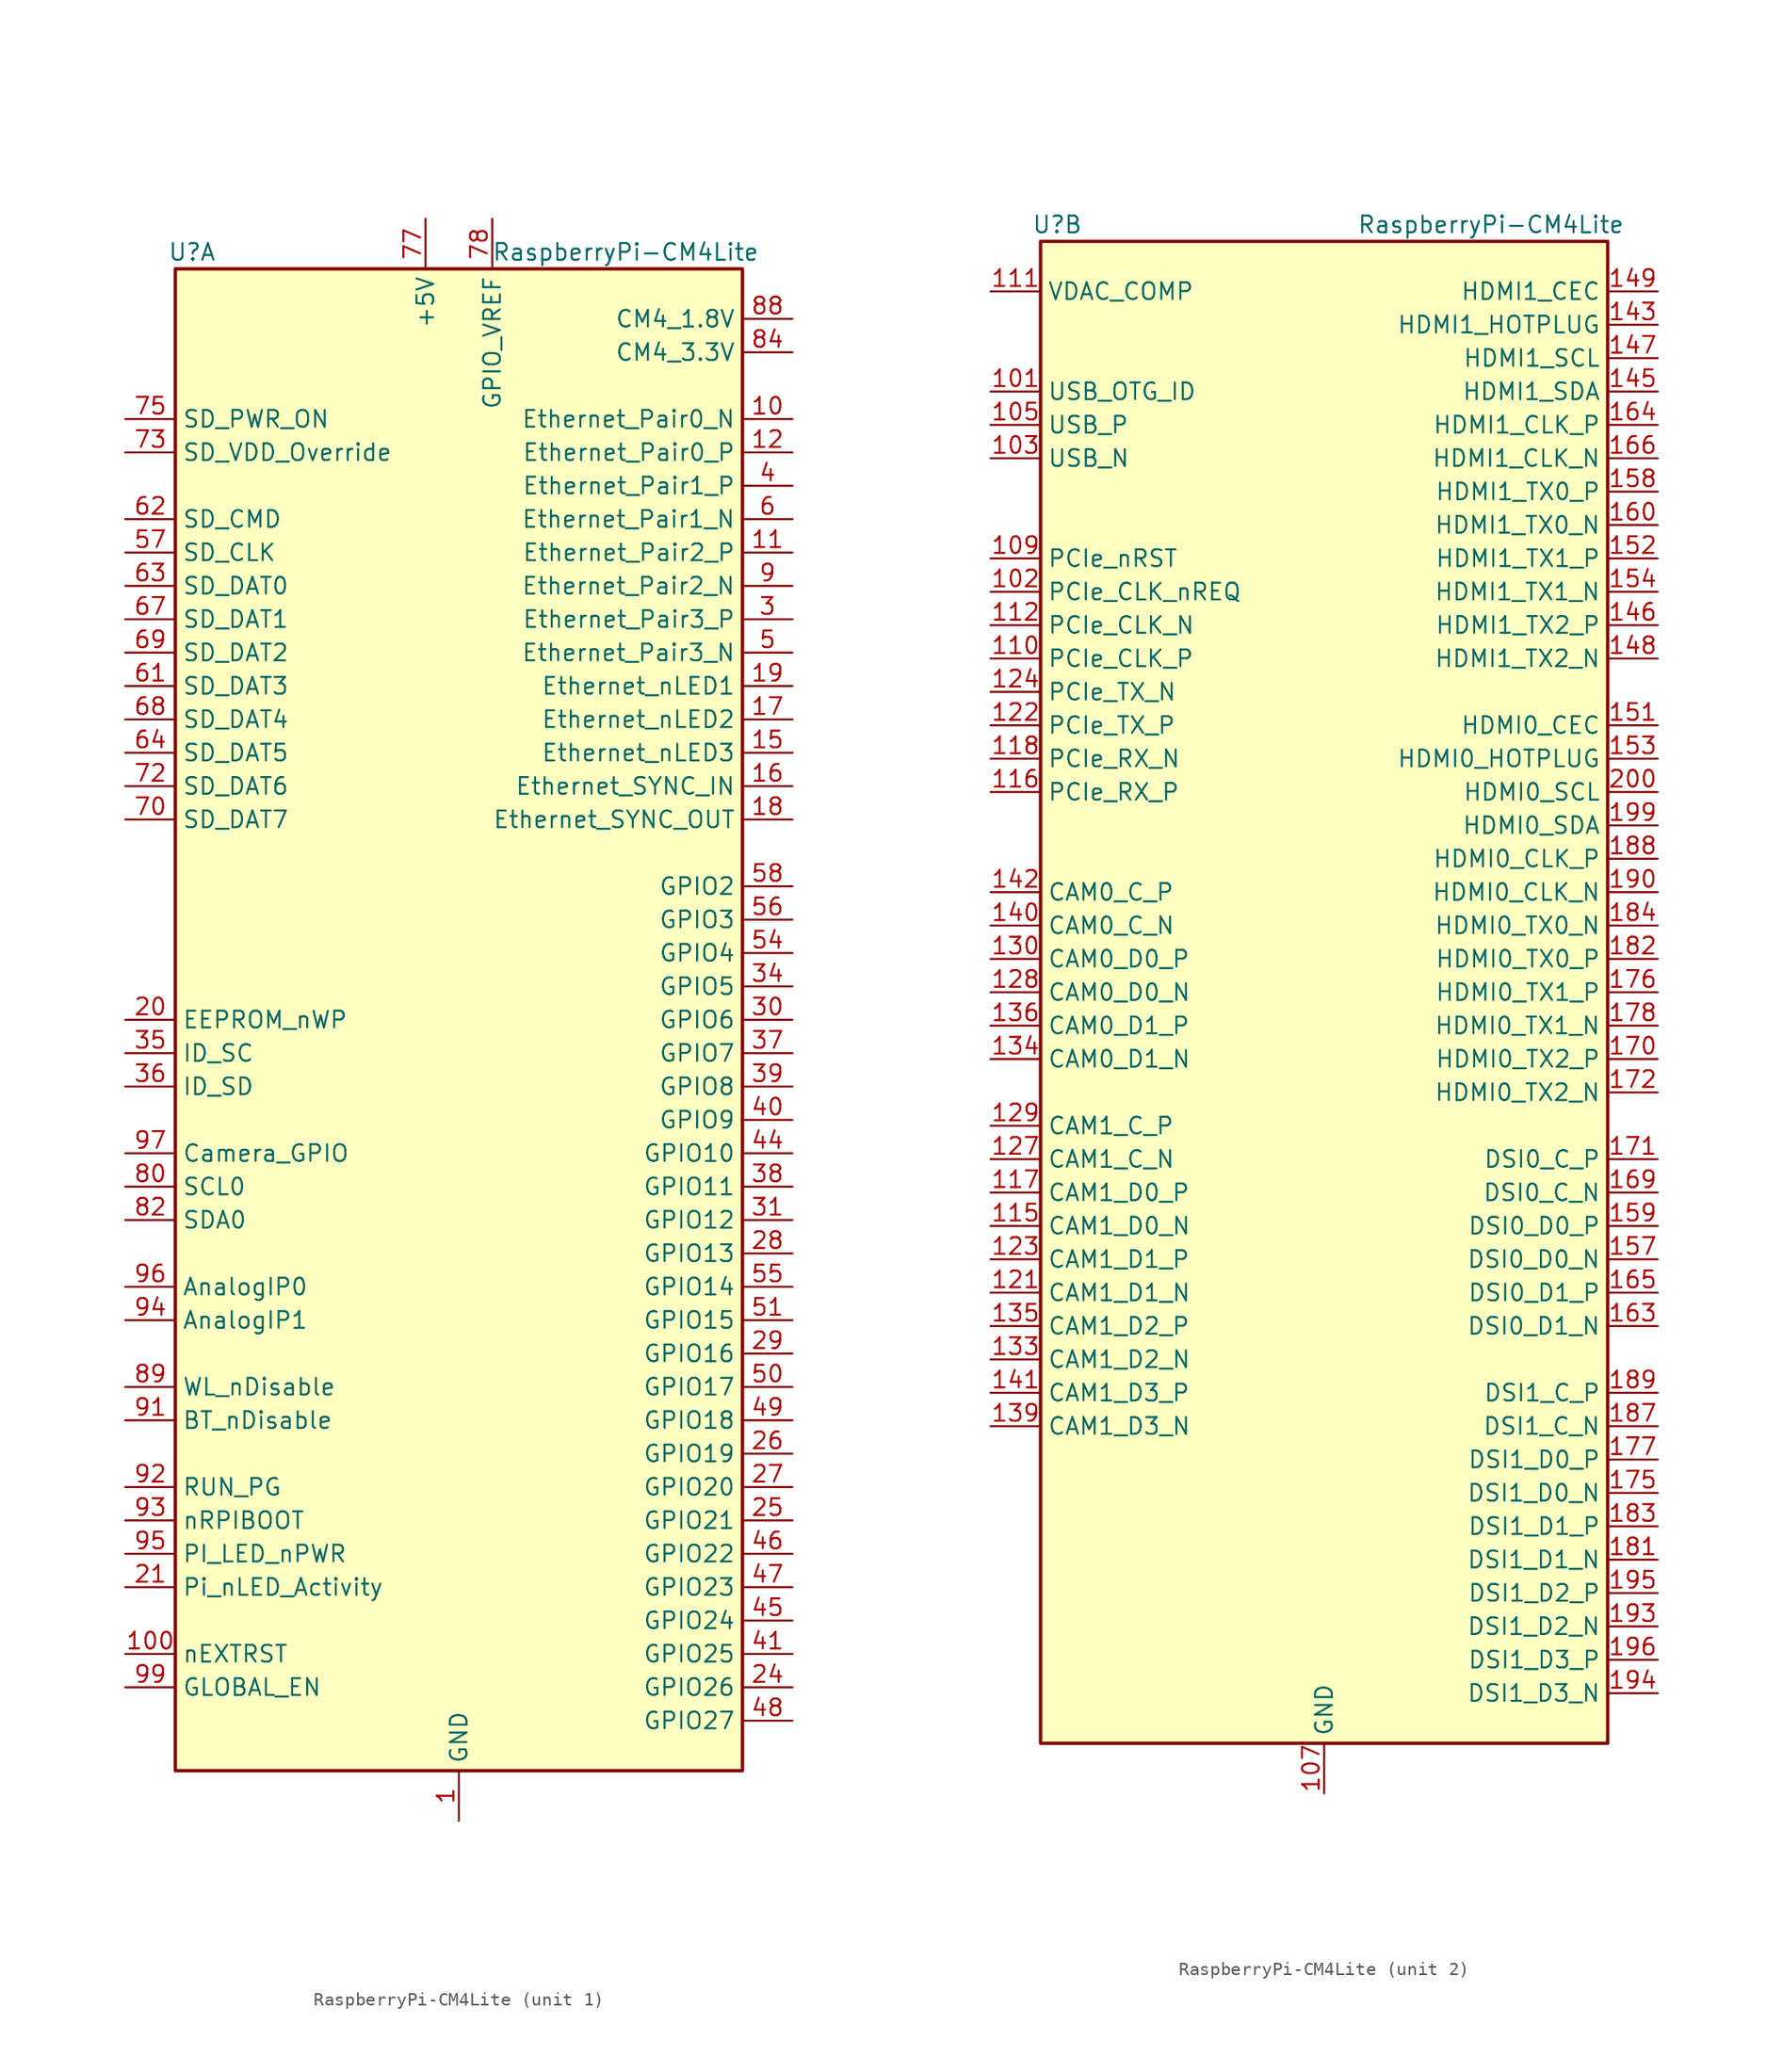
<source format=kicad_sym>
(kicad_symbol_lib
  (version 20201005)
  (generator kicad_symbol_editor)
  (symbol "LightBlue:RaspberryPi-CM4Lite"
    (property "Reference" "U"
      (at -20.32 58.42 0)
      (effects (font (size 1.27 1.27))))
    (property "Value" "RaspberryPi-CM4Lite"
      (at 12.7 58.42 0)
      (effects (font (size 1.27 1.27))))
    (symbol "RaspberryPi-CM4Lite_0_1"
      (rectangle (start 21.59 57.15) (end -21.59 -57.15) (stroke (width 0.254)) (fill (type background))))
    (symbol "RaspberryPi-CM4Lite_1_1"
      (pin power_in line (at 0 -60.96 90) (length 3.81) (name "GND" (effects (font (size 1.27 1.27)))) (number "1" (effects (font (size 1.27 1.27)))))
      (pin bidirectional line (at 25.4 45.72 180) (length 3.81) (name "Ethernet_Pair0_N" (effects (font (size 1.27 1.27)))) (number "10" (effects (font (size 1.27 1.27)))))
      (pin output line (at -25.4 -48.26 0) (length 3.81) (name "nEXTRST" (effects (font (size 1.27 1.27)))) (number "100" (effects (font (size 1.27 1.27)))))
      (pin bidirectional line (at 25.4 35.56 180) (length 3.81) (name "Ethernet_Pair2_P" (effects (font (size 1.27 1.27)))) (number "11" (effects (font (size 1.27 1.27)))))
      (pin bidirectional line (at 25.4 43.18 180) (length 3.81) (name "Ethernet_Pair0_P" (effects (font (size 1.27 1.27)))) (number "12" (effects (font (size 1.27 1.27)))))
      (pin passive line (at 0 -60.96 90) (length 3.81) hide (name "GND" (effects (font (size 1.27 1.27)))) (number "13" (effects (font (size 1.27 1.27)))))
      (pin passive line (at 0 -60.96 90) (length 3.81) hide (name "GND" (effects (font (size 1.27 1.27)))) (number "14" (effects (font (size 1.27 1.27)))))
      (pin output line (at 25.4 20.32 180) (length 3.81) (name "Ethernet_nLED3" (effects (font (size 1.27 1.27)))) (number "15" (effects (font (size 1.27 1.27)))))
      (pin input line (at 25.4 17.78 180) (length 3.81) (name "Ethernet_SYNC_IN" (effects (font (size 1.27 1.27)))) (number "16" (effects (font (size 1.27 1.27)))))
      (pin output line (at 25.4 22.86 180) (length 3.81) (name "Ethernet_nLED2" (effects (font (size 1.27 1.27)))) (number "17" (effects (font (size 1.27 1.27)))))
      (pin output line (at 25.4 15.24 180) (length 3.81) (name "Ethernet_SYNC_OUT" (effects (font (size 1.27 1.27)))) (number "18" (effects (font (size 1.27 1.27)))))
      (pin output line (at 25.4 25.4 180) (length 3.81) (name "Ethernet_nLED1" (effects (font (size 1.27 1.27)))) (number "19" (effects (font (size 1.27 1.27)))))
      (pin passive line (at 0 -60.96 90) (length 3.81) hide (name "GND" (effects (font (size 1.27 1.27)))) (number "2" (effects (font (size 1.27 1.27)))))
      (pin input line (at -25.4 0 0) (length 3.81) (name "EEPROM_nWP" (effects (font (size 1.27 1.27)))) (number "20" (effects (font (size 1.27 1.27)))))
      (pin input line (at -25.4 -43.18 0) (length 3.81) (name "Pi_nLED_Activity" (effects (font (size 1.27 1.27)))) (number "21" (effects (font (size 1.27 1.27)))))
      (pin passive line (at 0 -60.96 90) (length 3.81) hide (name "GND" (effects (font (size 1.27 1.27)))) (number "22" (effects (font (size 1.27 1.27)))))
      (pin passive line (at 0 -60.96 90) (length 3.81) hide (name "GND" (effects (font (size 1.27 1.27)))) (number "23" (effects (font (size 1.27 1.27)))))
      (pin bidirectional line (at 25.4 -50.8 180) (length 3.81) (name "GPIO26" (effects (font (size 1.27 1.27)))) (number "24" (effects (font (size 1.27 1.27)))))
      (pin bidirectional line (at 25.4 -38.1 180) (length 3.81) (name "GPIO21" (effects (font (size 1.27 1.27)))) (number "25" (effects (font (size 1.27 1.27)))))
      (pin bidirectional line (at 25.4 -33.02 180) (length 3.81) (name "GPIO19" (effects (font (size 1.27 1.27)))) (number "26" (effects (font (size 1.27 1.27)))))
      (pin bidirectional line (at 25.4 -35.56 180) (length 3.81) (name "GPIO20" (effects (font (size 1.27 1.27)))) (number "27" (effects (font (size 1.27 1.27)))))
      (pin bidirectional line (at 25.4 -17.78 180) (length 3.81) (name "GPIO13" (effects (font (size 1.27 1.27)))) (number "28" (effects (font (size 1.27 1.27)))))
      (pin bidirectional line (at 25.4 -25.4 180) (length 3.81) (name "GPIO16" (effects (font (size 1.27 1.27)))) (number "29" (effects (font (size 1.27 1.27)))))
      (pin bidirectional line (at 25.4 30.48 180) (length 3.81) (name "Ethernet_Pair3_P" (effects (font (size 1.27 1.27)))) (number "3" (effects (font (size 1.27 1.27)))))
      (pin bidirectional line (at 25.4 0 180) (length 3.81) (name "GPIO6" (effects (font (size 1.27 1.27)))) (number "30" (effects (font (size 1.27 1.27)))))
      (pin bidirectional line (at 25.4 -15.24 180) (length 3.81) (name "GPIO12" (effects (font (size 1.27 1.27)))) (number "31" (effects (font (size 1.27 1.27)))))
      (pin passive line (at 0 -60.96 90) (length 3.81) hide (name "GND" (effects (font (size 1.27 1.27)))) (number "32" (effects (font (size 1.27 1.27)))))
      (pin passive line (at 0 -60.96 90) (length 3.81) hide (name "GND" (effects (font (size 1.27 1.27)))) (number "33" (effects (font (size 1.27 1.27)))))
      (pin bidirectional line (at 25.4 2.54 180) (length 3.81) (name "GPIO5" (effects (font (size 1.27 1.27)))) (number "34" (effects (font (size 1.27 1.27)))))
      (pin bidirectional line (at -25.4 -2.54 0) (length 3.81) (name "ID_SC" (effects (font (size 1.27 1.27)))) (number "35" (effects (font (size 1.27 1.27)))))
      (pin bidirectional line (at -25.4 -5.08 0) (length 3.81) (name "ID_SD" (effects (font (size 1.27 1.27)))) (number "36" (effects (font (size 1.27 1.27)))))
      (pin bidirectional line (at 25.4 -2.54 180) (length 3.81) (name "GPIO7" (effects (font (size 1.27 1.27)))) (number "37" (effects (font (size 1.27 1.27)))))
      (pin bidirectional line (at 25.4 -12.7 180) (length 3.81) (name "GPIO11" (effects (font (size 1.27 1.27)))) (number "38" (effects (font (size 1.27 1.27)))))
      (pin bidirectional line (at 25.4 -5.08 180) (length 3.81) (name "GPIO8" (effects (font (size 1.27 1.27)))) (number "39" (effects (font (size 1.27 1.27)))))
      (pin bidirectional line (at 25.4 40.64 180) (length 3.81) (name "Ethernet_Pair1_P" (effects (font (size 1.27 1.27)))) (number "4" (effects (font (size 1.27 1.27)))))
      (pin bidirectional line (at 25.4 -7.62 180) (length 3.81) (name "GPIO9" (effects (font (size 1.27 1.27)))) (number "40" (effects (font (size 1.27 1.27)))))
      (pin bidirectional line (at 25.4 -48.26 180) (length 3.81) (name "GPIO25" (effects (font (size 1.27 1.27)))) (number "41" (effects (font (size 1.27 1.27)))))
      (pin passive line (at 0 -60.96 90) (length 3.81) hide (name "GND" (effects (font (size 1.27 1.27)))) (number "42" (effects (font (size 1.27 1.27)))))
      (pin passive line (at 0 -60.96 90) (length 3.81) hide (name "GND" (effects (font (size 1.27 1.27)))) (number "43" (effects (font (size 1.27 1.27)))))
      (pin bidirectional line (at 25.4 -10.16 180) (length 3.81) (name "GPIO10" (effects (font (size 1.27 1.27)))) (number "44" (effects (font (size 1.27 1.27)))))
      (pin bidirectional line (at 25.4 -45.72 180) (length 3.81) (name "GPIO24" (effects (font (size 1.27 1.27)))) (number "45" (effects (font (size 1.27 1.27)))))
      (pin bidirectional line (at 25.4 -40.64 180) (length 3.81) (name "GPIO22" (effects (font (size 1.27 1.27)))) (number "46" (effects (font (size 1.27 1.27)))))
      (pin bidirectional line (at 25.4 -43.18 180) (length 3.81) (name "GPIO23" (effects (font (size 1.27 1.27)))) (number "47" (effects (font (size 1.27 1.27)))))
      (pin bidirectional line (at 25.4 -53.34 180) (length 3.81) (name "GPIO27" (effects (font (size 1.27 1.27)))) (number "48" (effects (font (size 1.27 1.27)))))
      (pin bidirectional line (at 25.4 -30.48 180) (length 3.81) (name "GPIO18" (effects (font (size 1.27 1.27)))) (number "49" (effects (font (size 1.27 1.27)))))
      (pin bidirectional line (at 25.4 27.94 180) (length 3.81) (name "Ethernet_Pair3_N" (effects (font (size 1.27 1.27)))) (number "5" (effects (font (size 1.27 1.27)))))
      (pin bidirectional line (at 25.4 -27.94 180) (length 3.81) (name "GPIO17" (effects (font (size 1.27 1.27)))) (number "50" (effects (font (size 1.27 1.27)))))
      (pin bidirectional line (at 25.4 -22.86 180) (length 3.81) (name "GPIO15" (effects (font (size 1.27 1.27)))) (number "51" (effects (font (size 1.27 1.27)))))
      (pin passive line (at 0 -60.96 90) (length 3.81) hide (name "GND" (effects (font (size 1.27 1.27)))) (number "52" (effects (font (size 1.27 1.27)))))
      (pin passive line (at 0 -60.96 90) (length 3.81) hide (name "GND" (effects (font (size 1.27 1.27)))) (number "53" (effects (font (size 1.27 1.27)))))
      (pin bidirectional line (at 25.4 5.08 180) (length 3.81) (name "GPIO4" (effects (font (size 1.27 1.27)))) (number "54" (effects (font (size 1.27 1.27)))))
      (pin bidirectional line (at 25.4 -20.32 180) (length 3.81) (name "GPIO14" (effects (font (size 1.27 1.27)))) (number "55" (effects (font (size 1.27 1.27)))))
      (pin bidirectional line (at 25.4 7.62 180) (length 3.81) (name "GPIO3" (effects (font (size 1.27 1.27)))) (number "56" (effects (font (size 1.27 1.27)))))
      (pin output line (at -25.4 35.56 0) (length 3.81) (name "SD_CLK" (effects (font (size 1.27 1.27)))) (number "57" (effects (font (size 1.27 1.27)))))
      (pin bidirectional line (at 25.4 10.16 180) (length 3.81) (name "GPIO2" (effects (font (size 1.27 1.27)))) (number "58" (effects (font (size 1.27 1.27)))))
      (pin passive line (at 0 -60.96 90) (length 3.81) hide (name "GND" (effects (font (size 1.27 1.27)))) (number "59" (effects (font (size 1.27 1.27)))))
      (pin bidirectional line (at 25.4 38.1 180) (length 3.81) (name "Ethernet_Pair1_N" (effects (font (size 1.27 1.27)))) (number "6" (effects (font (size 1.27 1.27)))))
      (pin passive line (at 0 -60.96 90) (length 3.81) hide (name "GND" (effects (font (size 1.27 1.27)))) (number "60" (effects (font (size 1.27 1.27)))))
      (pin bidirectional line (at -25.4 25.4 0) (length 3.81) (name "SD_DAT3" (effects (font (size 1.27 1.27)))) (number "61" (effects (font (size 1.27 1.27)))))
      (pin output line (at -25.4 38.1 0) (length 3.81) (name "SD_CMD" (effects (font (size 1.27 1.27)))) (number "62" (effects (font (size 1.27 1.27)))))
      (pin bidirectional line (at -25.4 33.02 0) (length 3.81) (name "SD_DAT0" (effects (font (size 1.27 1.27)))) (number "63" (effects (font (size 1.27 1.27)))))
      (pin bidirectional line (at -25.4 20.32 0) (length 3.81) (name "SD_DAT5" (effects (font (size 1.27 1.27)))) (number "64" (effects (font (size 1.27 1.27)))))
      (pin passive line (at 0 -60.96 90) (length 3.81) hide (name "GND" (effects (font (size 1.27 1.27)))) (number "65" (effects (font (size 1.27 1.27)))))
      (pin passive line (at 0 -60.96 90) (length 3.81) hide (name "GND" (effects (font (size 1.27 1.27)))) (number "66" (effects (font (size 1.27 1.27)))))
      (pin bidirectional line (at -25.4 30.48 0) (length 3.81) (name "SD_DAT1" (effects (font (size 1.27 1.27)))) (number "67" (effects (font (size 1.27 1.27)))))
      (pin bidirectional line (at -25.4 22.86 0) (length 3.81) (name "SD_DAT4" (effects (font (size 1.27 1.27)))) (number "68" (effects (font (size 1.27 1.27)))))
      (pin bidirectional line (at -25.4 27.94 0) (length 3.81) (name "SD_DAT2" (effects (font (size 1.27 1.27)))) (number "69" (effects (font (size 1.27 1.27)))))
      (pin passive line (at 0 -60.96 90) (length 3.81) hide (name "GND" (effects (font (size 1.27 1.27)))) (number "7" (effects (font (size 1.27 1.27)))))
      (pin bidirectional line (at -25.4 15.24 0) (length 3.81) (name "SD_DAT7" (effects (font (size 1.27 1.27)))) (number "70" (effects (font (size 1.27 1.27)))))
      (pin passive line (at 0 -60.96 90) (length 3.81) hide (name "GND" (effects (font (size 1.27 1.27)))) (number "71" (effects (font (size 1.27 1.27)))))
      (pin bidirectional line (at -25.4 17.78 0) (length 3.81) (name "SD_DAT6" (effects (font (size 1.27 1.27)))) (number "72" (effects (font (size 1.27 1.27)))))
      (pin input line (at -25.4 43.18 0) (length 3.81) (name "SD_VDD_Override" (effects (font (size 1.27 1.27)))) (number "73" (effects (font (size 1.27 1.27)))))
      (pin passive line (at 0 -60.96 90) (length 3.81) hide (name "GND" (effects (font (size 1.27 1.27)))) (number "74" (effects (font (size 1.27 1.27)))))
      (pin output line (at -25.4 45.72 0) (length 3.81) (name "SD_PWR_ON" (effects (font (size 1.27 1.27)))) (number "75" (effects (font (size 1.27 1.27)))))
      (pin unconnected line (at -20.32 -53.34 0) (length 3.81) hide (name "Reserved" (effects (font (size 1.27 1.27)))) (number "76" (effects (font (size 1.27 1.27)))))
      (pin power_in line (at -2.54 60.96 270) (length 3.81) (name "+5V" (effects (font (size 1.27 1.27)))) (number "77" (effects (font (size 1.27 1.27)))))
      (pin power_in line (at 2.54 60.96 270) (length 3.81) (name "GPIO_VREF" (effects (font (size 1.27 1.27)))) (number "78" (effects (font (size 1.27 1.27)))))
      (pin passive line (at -2.54 60.96 270) (length 3.81) hide (name "+5V" (effects (font (size 1.27 1.27)))) (number "79" (effects (font (size 1.27 1.27)))))
      (pin passive line (at 0 -60.96 90) (length 3.81) hide (name "GND" (effects (font (size 1.27 1.27)))) (number "8" (effects (font (size 1.27 1.27)))))
      (pin output line (at -25.4 -12.7 0) (length 3.81) (name "SCL0" (effects (font (size 1.27 1.27)))) (number "80" (effects (font (size 1.27 1.27)))))
      (pin passive line (at -2.54 60.96 270) (length 3.81) hide (name "+5V" (effects (font (size 1.27 1.27)))) (number "81" (effects (font (size 1.27 1.27)))))
      (pin bidirectional line (at -25.4 -15.24 0) (length 3.81) (name "SDA0" (effects (font (size 1.27 1.27)))) (number "82" (effects (font (size 1.27 1.27)))))
      (pin passive line (at -2.54 60.96 270) (length 3.81) hide (name "+5V" (effects (font (size 1.27 1.27)))) (number "83" (effects (font (size 1.27 1.27)))))
      (pin power_out line (at 25.4 50.8 180) (length 3.81) (name "CM4_3.3V" (effects (font (size 1.27 1.27)))) (number "84" (effects (font (size 1.27 1.27)))))
      (pin passive line (at -2.54 60.96 270) (length 3.81) hide (name "+5V" (effects (font (size 1.27 1.27)))) (number "85" (effects (font (size 1.27 1.27)))))
      (pin passive line (at 25.4 50.8 180) (length 3.81) hide (name "CM4_3.3V" (effects (font (size 1.27 1.27)))) (number "86" (effects (font (size 1.27 1.27)))))
      (pin passive line (at -2.54 60.96 270) (length 3.81) hide (name "+5V" (effects (font (size 1.27 1.27)))) (number "87" (effects (font (size 1.27 1.27)))))
      (pin power_out line (at 25.4 53.34 180) (length 3.81) (name "CM4_1.8V" (effects (font (size 1.27 1.27)))) (number "88" (effects (font (size 1.27 1.27)))))
      (pin input line (at -25.4 -27.94 0) (length 3.81) (name "WL_nDisable" (effects (font (size 1.27 1.27)))) (number "89" (effects (font (size 1.27 1.27)))))
      (pin bidirectional line (at 25.4 33.02 180) (length 3.81) (name "Ethernet_Pair2_N" (effects (font (size 1.27 1.27)))) (number "9" (effects (font (size 1.27 1.27)))))
      (pin passive line (at 25.4 53.34 180) (length 3.81) hide (name "CM4_1.8V" (effects (font (size 1.27 1.27)))) (number "90" (effects (font (size 1.27 1.27)))))
      (pin input line (at -25.4 -30.48 0) (length 3.81) (name "BT_nDisable" (effects (font (size 1.27 1.27)))) (number "91" (effects (font (size 1.27 1.27)))))
      (pin bidirectional line (at -25.4 -35.56 0) (length 3.81) (name "RUN_PG" (effects (font (size 1.27 1.27)))) (number "92" (effects (font (size 1.27 1.27)))))
      (pin input line (at -25.4 -38.1 0) (length 3.81) (name "nRPIBOOT" (effects (font (size 1.27 1.27)))) (number "93" (effects (font (size 1.27 1.27)))))
      (pin input line (at -25.4 -22.86 0) (length 3.81) (name "AnalogIP1" (effects (font (size 1.27 1.27)))) (number "94" (effects (font (size 1.27 1.27)))))
      (pin output line (at -25.4 -40.64 0) (length 3.81) (name "PI_LED_nPWR" (effects (font (size 1.27 1.27)))) (number "95" (effects (font (size 1.27 1.27)))))
      (pin input line (at -25.4 -20.32 0) (length 3.81) (name "AnalogIP0" (effects (font (size 1.27 1.27)))) (number "96" (effects (font (size 1.27 1.27)))))
      (pin input line (at -25.4 -10.16 0) (length 3.81) (name "Camera_GPIO" (effects (font (size 1.27 1.27)))) (number "97" (effects (font (size 1.27 1.27)))))
      (pin passive line (at 0 -60.96 90) (length 3.81) hide (name "GND" (effects (font (size 1.27 1.27)))) (number "98" (effects (font (size 1.27 1.27)))))
      (pin input line (at -25.4 -50.8 0) (length 3.81) (name "GLOBAL_EN" (effects (font (size 1.27 1.27)))) (number "99" (effects (font (size 1.27 1.27))))))
    (symbol "RaspberryPi-CM4Lite_2_1"
      (pin input line (at -25.4 45.72 0) (length 3.81) (name "USB_OTG_ID" (effects (font (size 1.27 1.27)))) (number "101" (effects (font (size 1.27 1.27)))))
      (pin input line (at -25.4 30.48 0) (length 3.81) (name "PCIe_CLK_nREQ" (effects (font (size 1.27 1.27)))) (number "102" (effects (font (size 1.27 1.27)))))
      (pin bidirectional line (at -25.4 40.64 0) (length 3.81) (name "USB_N" (effects (font (size 1.27 1.27)))) (number "103" (effects (font (size 1.27 1.27)))))
      (pin unconnected line (at -20.32 -53.34 0) (length 3.81) hide (name "Reserved" (effects (font (size 1.27 1.27)))) (number "104" (effects (font (size 1.27 1.27)))))
      (pin bidirectional line (at -25.4 43.18 0) (length 3.81) (name "USB_P" (effects (font (size 1.27 1.27)))) (number "105" (effects (font (size 1.27 1.27)))))
      (pin unconnected line (at -20.32 -55.88 0) (length 3.81) hide (name "Reserved" (effects (font (size 1.27 1.27)))) (number "106" (effects (font (size 1.27 1.27)))))
      (pin power_in line (at 0 -60.96 90) (length 3.81) (name "GND" (effects (font (size 1.27 1.27)))) (number "107" (effects (font (size 1.27 1.27)))))
      (pin passive line (at 0 -60.96 90) (length 3.81) hide (name "GND" (effects (font (size 1.27 1.27)))) (number "108" (effects (font (size 1.27 1.27)))))
      (pin output line (at -25.4 33.02 0) (length 3.81) (name "PCIe_nRST" (effects (font (size 1.27 1.27)))) (number "109" (effects (font (size 1.27 1.27)))))
      (pin output line (at -25.4 25.4 0) (length 3.81) (name "PCIe_CLK_P" (effects (font (size 1.27 1.27)))) (number "110" (effects (font (size 1.27 1.27)))))
      (pin output line (at -25.4 53.34 0) (length 3.81) (name "VDAC_COMP" (effects (font (size 1.27 1.27)))) (number "111" (effects (font (size 1.27 1.27)))))
      (pin output line (at -25.4 27.94 0) (length 3.81) (name "PCIe_CLK_N" (effects (font (size 1.27 1.27)))) (number "112" (effects (font (size 1.27 1.27)))))
      (pin passive line (at 0 -60.96 90) (length 3.81) hide (name "GND" (effects (font (size 1.27 1.27)))) (number "113" (effects (font (size 1.27 1.27)))))
      (pin passive line (at 0 -60.96 90) (length 3.81) hide (name "GND" (effects (font (size 1.27 1.27)))) (number "114" (effects (font (size 1.27 1.27)))))
      (pin input line (at -25.4 -17.78 0) (length 3.81) (name "CAM1_D0_N" (effects (font (size 1.27 1.27)))) (number "115" (effects (font (size 1.27 1.27)))))
      (pin input line (at -25.4 15.24 0) (length 3.81) (name "PCIe_RX_P" (effects (font (size 1.27 1.27)))) (number "116" (effects (font (size 1.27 1.27)))))
      (pin input line (at -25.4 -15.24 0) (length 3.81) (name "CAM1_D0_P" (effects (font (size 1.27 1.27)))) (number "117" (effects (font (size 1.27 1.27)))))
      (pin input line (at -25.4 17.78 0) (length 3.81) (name "PCIe_RX_N" (effects (font (size 1.27 1.27)))) (number "118" (effects (font (size 1.27 1.27)))))
      (pin passive line (at 0 -60.96 90) (length 3.81) hide (name "GND" (effects (font (size 1.27 1.27)))) (number "119" (effects (font (size 1.27 1.27)))))
      (pin passive line (at 0 -60.96 90) (length 3.81) hide (name "GND" (effects (font (size 1.27 1.27)))) (number "120" (effects (font (size 1.27 1.27)))))
      (pin input line (at -25.4 -22.86 0) (length 3.81) (name "CAM1_D1_N" (effects (font (size 1.27 1.27)))) (number "121" (effects (font (size 1.27 1.27)))))
      (pin output line (at -25.4 20.32 0) (length 3.81) (name "PCIe_TX_P" (effects (font (size 1.27 1.27)))) (number "122" (effects (font (size 1.27 1.27)))))
      (pin input line (at -25.4 -20.32 0) (length 3.81) (name "CAM1_D1_P" (effects (font (size 1.27 1.27)))) (number "123" (effects (font (size 1.27 1.27)))))
      (pin output line (at -25.4 22.86 0) (length 3.81) (name "PCIe_TX_N" (effects (font (size 1.27 1.27)))) (number "124" (effects (font (size 1.27 1.27)))))
      (pin passive line (at 0 -60.96 90) (length 3.81) hide (name "GND" (effects (font (size 1.27 1.27)))) (number "125" (effects (font (size 1.27 1.27)))))
      (pin passive line (at 0 -60.96 90) (length 3.81) hide (name "GND" (effects (font (size 1.27 1.27)))) (number "126" (effects (font (size 1.27 1.27)))))
      (pin input line (at -25.4 -12.7 0) (length 3.81) (name "CAM1_C_N" (effects (font (size 1.27 1.27)))) (number "127" (effects (font (size 1.27 1.27)))))
      (pin input line (at -25.4 0 0) (length 3.81) (name "CAM0_D0_N" (effects (font (size 1.27 1.27)))) (number "128" (effects (font (size 1.27 1.27)))))
      (pin input line (at -25.4 -10.16 0) (length 3.81) (name "CAM1_C_P" (effects (font (size 1.27 1.27)))) (number "129" (effects (font (size 1.27 1.27)))))
      (pin input line (at -25.4 2.54 0) (length 3.81) (name "CAM0_D0_P" (effects (font (size 1.27 1.27)))) (number "130" (effects (font (size 1.27 1.27)))))
      (pin passive line (at 0 -60.96 90) (length 3.81) hide (name "GND" (effects (font (size 1.27 1.27)))) (number "131" (effects (font (size 1.27 1.27)))))
      (pin passive line (at 0 -60.96 90) (length 3.81) hide (name "GND" (effects (font (size 1.27 1.27)))) (number "132" (effects (font (size 1.27 1.27)))))
      (pin input line (at -25.4 -27.94 0) (length 3.81) (name "CAM1_D2_N" (effects (font (size 1.27 1.27)))) (number "133" (effects (font (size 1.27 1.27)))))
      (pin input line (at -25.4 -5.08 0) (length 3.81) (name "CAM0_D1_N" (effects (font (size 1.27 1.27)))) (number "134" (effects (font (size 1.27 1.27)))))
      (pin input line (at -25.4 -25.4 0) (length 3.81) (name "CAM1_D2_P" (effects (font (size 1.27 1.27)))) (number "135" (effects (font (size 1.27 1.27)))))
      (pin input line (at -25.4 -2.54 0) (length 3.81) (name "CAM0_D1_P" (effects (font (size 1.27 1.27)))) (number "136" (effects (font (size 1.27 1.27)))))
      (pin passive line (at 0 -60.96 90) (length 3.81) hide (name "GND" (effects (font (size 1.27 1.27)))) (number "137" (effects (font (size 1.27 1.27)))))
      (pin passive line (at 0 -60.96 90) (length 3.81) hide (name "GND" (effects (font (size 1.27 1.27)))) (number "138" (effects (font (size 1.27 1.27)))))
      (pin input line (at -25.4 -33.02 0) (length 3.81) (name "CAM1_D3_N" (effects (font (size 1.27 1.27)))) (number "139" (effects (font (size 1.27 1.27)))))
      (pin input line (at -25.4 5.08 0) (length 3.81) (name "CAM0_C_N" (effects (font (size 1.27 1.27)))) (number "140" (effects (font (size 1.27 1.27)))))
      (pin input line (at -25.4 -30.48 0) (length 3.81) (name "CAM1_D3_P" (effects (font (size 1.27 1.27)))) (number "141" (effects (font (size 1.27 1.27)))))
      (pin input line (at -25.4 7.62 0) (length 3.81) (name "CAM0_C_P" (effects (font (size 1.27 1.27)))) (number "142" (effects (font (size 1.27 1.27)))))
      (pin input line (at 25.4 50.8 180) (length 3.81) (name "HDMI1_HOTPLUG" (effects (font (size 1.27 1.27)))) (number "143" (effects (font (size 1.27 1.27)))))
      (pin passive line (at 0 -60.96 90) (length 3.81) hide (name "GND" (effects (font (size 1.27 1.27)))) (number "144" (effects (font (size 1.27 1.27)))))
      (pin bidirectional line (at 25.4 45.72 180) (length 3.81) (name "HDMI1_SDA" (effects (font (size 1.27 1.27)))) (number "145" (effects (font (size 1.27 1.27)))))
      (pin output line (at 25.4 27.94 180) (length 3.81) (name "HDMI1_TX2_P" (effects (font (size 1.27 1.27)))) (number "146" (effects (font (size 1.27 1.27)))))
      (pin input line (at 25.4 48.26 180) (length 3.81) (name "HDMI1_SCL" (effects (font (size 1.27 1.27)))) (number "147" (effects (font (size 1.27 1.27)))))
      (pin output line (at 25.4 25.4 180) (length 3.81) (name "HDMI1_TX2_N" (effects (font (size 1.27 1.27)))) (number "148" (effects (font (size 1.27 1.27)))))
      (pin input line (at 25.4 53.34 180) (length 3.81) (name "HDMI1_CEC" (effects (font (size 1.27 1.27)))) (number "149" (effects (font (size 1.27 1.27)))))
      (pin passive line (at 0 -60.96 90) (length 3.81) hide (name "GND" (effects (font (size 1.27 1.27)))) (number "150" (effects (font (size 1.27 1.27)))))
      (pin input line (at 25.4 20.32 180) (length 3.81) (name "HDMI0_CEC" (effects (font (size 1.27 1.27)))) (number "151" (effects (font (size 1.27 1.27)))))
      (pin output line (at 25.4 33.02 180) (length 3.81) (name "HDMI1_TX1_P" (effects (font (size 1.27 1.27)))) (number "152" (effects (font (size 1.27 1.27)))))
      (pin input line (at 25.4 17.78 180) (length 3.81) (name "HDMI0_HOTPLUG" (effects (font (size 1.27 1.27)))) (number "153" (effects (font (size 1.27 1.27)))))
      (pin output line (at 25.4 30.48 180) (length 3.81) (name "HDMI1_TX1_N" (effects (font (size 1.27 1.27)))) (number "154" (effects (font (size 1.27 1.27)))))
      (pin passive line (at 0 -60.96 90) (length 3.81) hide (name "GND" (effects (font (size 1.27 1.27)))) (number "155" (effects (font (size 1.27 1.27)))))
      (pin passive line (at 0 -60.96 90) (length 3.81) hide (name "GND" (effects (font (size 1.27 1.27)))) (number "156" (effects (font (size 1.27 1.27)))))
      (pin output line (at 25.4 -20.32 180) (length 3.81) (name "DSI0_D0_N" (effects (font (size 1.27 1.27)))) (number "157" (effects (font (size 1.27 1.27)))))
      (pin output line (at 25.4 38.1 180) (length 3.81) (name "HDMI1_TX0_P" (effects (font (size 1.27 1.27)))) (number "158" (effects (font (size 1.27 1.27)))))
      (pin output line (at 25.4 -17.78 180) (length 3.81) (name "DSI0_D0_P" (effects (font (size 1.27 1.27)))) (number "159" (effects (font (size 1.27 1.27)))))
      (pin output line (at 25.4 35.56 180) (length 3.81) (name "HDMI1_TX0_N" (effects (font (size 1.27 1.27)))) (number "160" (effects (font (size 1.27 1.27)))))
      (pin passive line (at 0 -60.96 90) (length 3.81) hide (name "GND" (effects (font (size 1.27 1.27)))) (number "161" (effects (font (size 1.27 1.27)))))
      (pin passive line (at 0 -60.96 90) (length 3.81) hide (name "GND" (effects (font (size 1.27 1.27)))) (number "162" (effects (font (size 1.27 1.27)))))
      (pin output line (at 25.4 -25.4 180) (length 3.81) (name "DSI0_D1_N" (effects (font (size 1.27 1.27)))) (number "163" (effects (font (size 1.27 1.27)))))
      (pin output line (at 25.4 43.18 180) (length 3.81) (name "HDMI1_CLK_P" (effects (font (size 1.27 1.27)))) (number "164" (effects (font (size 1.27 1.27)))))
      (pin output line (at 25.4 -22.86 180) (length 3.81) (name "DSI0_D1_P" (effects (font (size 1.27 1.27)))) (number "165" (effects (font (size 1.27 1.27)))))
      (pin output line (at 25.4 40.64 180) (length 3.81) (name "HDMI1_CLK_N" (effects (font (size 1.27 1.27)))) (number "166" (effects (font (size 1.27 1.27)))))
      (pin passive line (at 0 -60.96 90) (length 3.81) hide (name "GND" (effects (font (size 1.27 1.27)))) (number "167" (effects (font (size 1.27 1.27)))))
      (pin passive line (at 0 -60.96 90) (length 3.81) hide (name "GND" (effects (font (size 1.27 1.27)))) (number "168" (effects (font (size 1.27 1.27)))))
      (pin output line (at 25.4 -15.24 180) (length 3.81) (name "DSI0_C_N" (effects (font (size 1.27 1.27)))) (number "169" (effects (font (size 1.27 1.27)))))
      (pin output line (at 25.4 -5.08 180) (length 3.81) (name "HDMI0_TX2_P" (effects (font (size 1.27 1.27)))) (number "170" (effects (font (size 1.27 1.27)))))
      (pin output line (at 25.4 -12.7 180) (length 3.81) (name "DSI0_C_P" (effects (font (size 1.27 1.27)))) (number "171" (effects (font (size 1.27 1.27)))))
      (pin output line (at 25.4 -7.62 180) (length 3.81) (name "HDMI0_TX2_N" (effects (font (size 1.27 1.27)))) (number "172" (effects (font (size 1.27 1.27)))))
      (pin passive line (at 0 -60.96 90) (length 3.81) hide (name "GND" (effects (font (size 1.27 1.27)))) (number "173" (effects (font (size 1.27 1.27)))))
      (pin passive line (at 0 -60.96 90) (length 3.81) hide (name "GND" (effects (font (size 1.27 1.27)))) (number "174" (effects (font (size 1.27 1.27)))))
      (pin output line (at 25.4 -38.1 180) (length 3.81) (name "DSI1_D0_N" (effects (font (size 1.27 1.27)))) (number "175" (effects (font (size 1.27 1.27)))))
      (pin output line (at 25.4 0 180) (length 3.81) (name "HDMI0_TX1_P" (effects (font (size 1.27 1.27)))) (number "176" (effects (font (size 1.27 1.27)))))
      (pin output line (at 25.4 -35.56 180) (length 3.81) (name "DSI1_D0_P" (effects (font (size 1.27 1.27)))) (number "177" (effects (font (size 1.27 1.27)))))
      (pin output line (at 25.4 -2.54 180) (length 3.81) (name "HDMI0_TX1_N" (effects (font (size 1.27 1.27)))) (number "178" (effects (font (size 1.27 1.27)))))
      (pin passive line (at 0 -60.96 90) (length 3.81) hide (name "GND" (effects (font (size 1.27 1.27)))) (number "179" (effects (font (size 1.27 1.27)))))
      (pin passive line (at 0 -60.96 90) (length 3.81) hide (name "GND" (effects (font (size 1.27 1.27)))) (number "180" (effects (font (size 1.27 1.27)))))
      (pin output line (at 25.4 -43.18 180) (length 3.81) (name "DSI1_D1_N" (effects (font (size 1.27 1.27)))) (number "181" (effects (font (size 1.27 1.27)))))
      (pin output line (at 25.4 2.54 180) (length 3.81) (name "HDMI0_TX0_P" (effects (font (size 1.27 1.27)))) (number "182" (effects (font (size 1.27 1.27)))))
      (pin output line (at 25.4 -40.64 180) (length 3.81) (name "DSI1_D1_P" (effects (font (size 1.27 1.27)))) (number "183" (effects (font (size 1.27 1.27)))))
      (pin output line (at 25.4 5.08 180) (length 3.81) (name "HDMI0_TX0_N" (effects (font (size 1.27 1.27)))) (number "184" (effects (font (size 1.27 1.27)))))
      (pin passive line (at 0 -60.96 90) (length 3.81) hide (name "GND" (effects (font (size 1.27 1.27)))) (number "185" (effects (font (size 1.27 1.27)))))
      (pin passive line (at 0 -60.96 90) (length 3.81) hide (name "GND" (effects (font (size 1.27 1.27)))) (number "186" (effects (font (size 1.27 1.27)))))
      (pin output line (at 25.4 -33.02 180) (length 3.81) (name "DSI1_C_N" (effects (font (size 1.27 1.27)))) (number "187" (effects (font (size 1.27 1.27)))))
      (pin output line (at 25.4 10.16 180) (length 3.81) (name "HDMI0_CLK_P" (effects (font (size 1.27 1.27)))) (number "188" (effects (font (size 1.27 1.27)))))
      (pin output line (at 25.4 -30.48 180) (length 3.81) (name "DSI1_C_P" (effects (font (size 1.27 1.27)))) (number "189" (effects (font (size 1.27 1.27)))))
      (pin output line (at 25.4 7.62 180) (length 3.81) (name "HDMI0_CLK_N" (effects (font (size 1.27 1.27)))) (number "190" (effects (font (size 1.27 1.27)))))
      (pin passive line (at 0 -60.96 90) (length 3.81) hide (name "GND" (effects (font (size 1.27 1.27)))) (number "191" (effects (font (size 1.27 1.27)))))
      (pin passive line (at 0 -60.96 90) (length 3.81) hide (name "GND" (effects (font (size 1.27 1.27)))) (number "192" (effects (font (size 1.27 1.27)))))
      (pin output line (at 25.4 -48.26 180) (length 3.81) (name "DSI1_D2_N" (effects (font (size 1.27 1.27)))) (number "193" (effects (font (size 1.27 1.27)))))
      (pin output line (at 25.4 -53.34 180) (length 3.81) (name "DSI1_D3_N" (effects (font (size 1.27 1.27)))) (number "194" (effects (font (size 1.27 1.27)))))
      (pin output line (at 25.4 -45.72 180) (length 3.81) (name "DSI1_D2_P" (effects (font (size 1.27 1.27)))) (number "195" (effects (font (size 1.27 1.27)))))
      (pin output line (at 25.4 -50.8 180) (length 3.81) (name "DSI1_D3_P" (effects (font (size 1.27 1.27)))) (number "196" (effects (font (size 1.27 1.27)))))
      (pin passive line (at 0 -60.96 90) (length 3.81) hide (name "GND" (effects (font (size 1.27 1.27)))) (number "197" (effects (font (size 1.27 1.27)))))
      (pin passive line (at 0 -60.96 90) (length 3.81) hide (name "GND" (effects (font (size 1.27 1.27)))) (number "198" (effects (font (size 1.27 1.27)))))
      (pin bidirectional line (at 25.4 12.7 180) (length 3.81) (name "HDMI0_SDA" (effects (font (size 1.27 1.27)))) (number "199" (effects (font (size 1.27 1.27)))))
      (pin bidirectional line (at 25.4 15.24 180) (length 3.81) (name "HDMI0_SCL" (effects (font (size 1.27 1.27)))) (number "200" (effects (font (size 1.27 1.27))))))))
</source>
